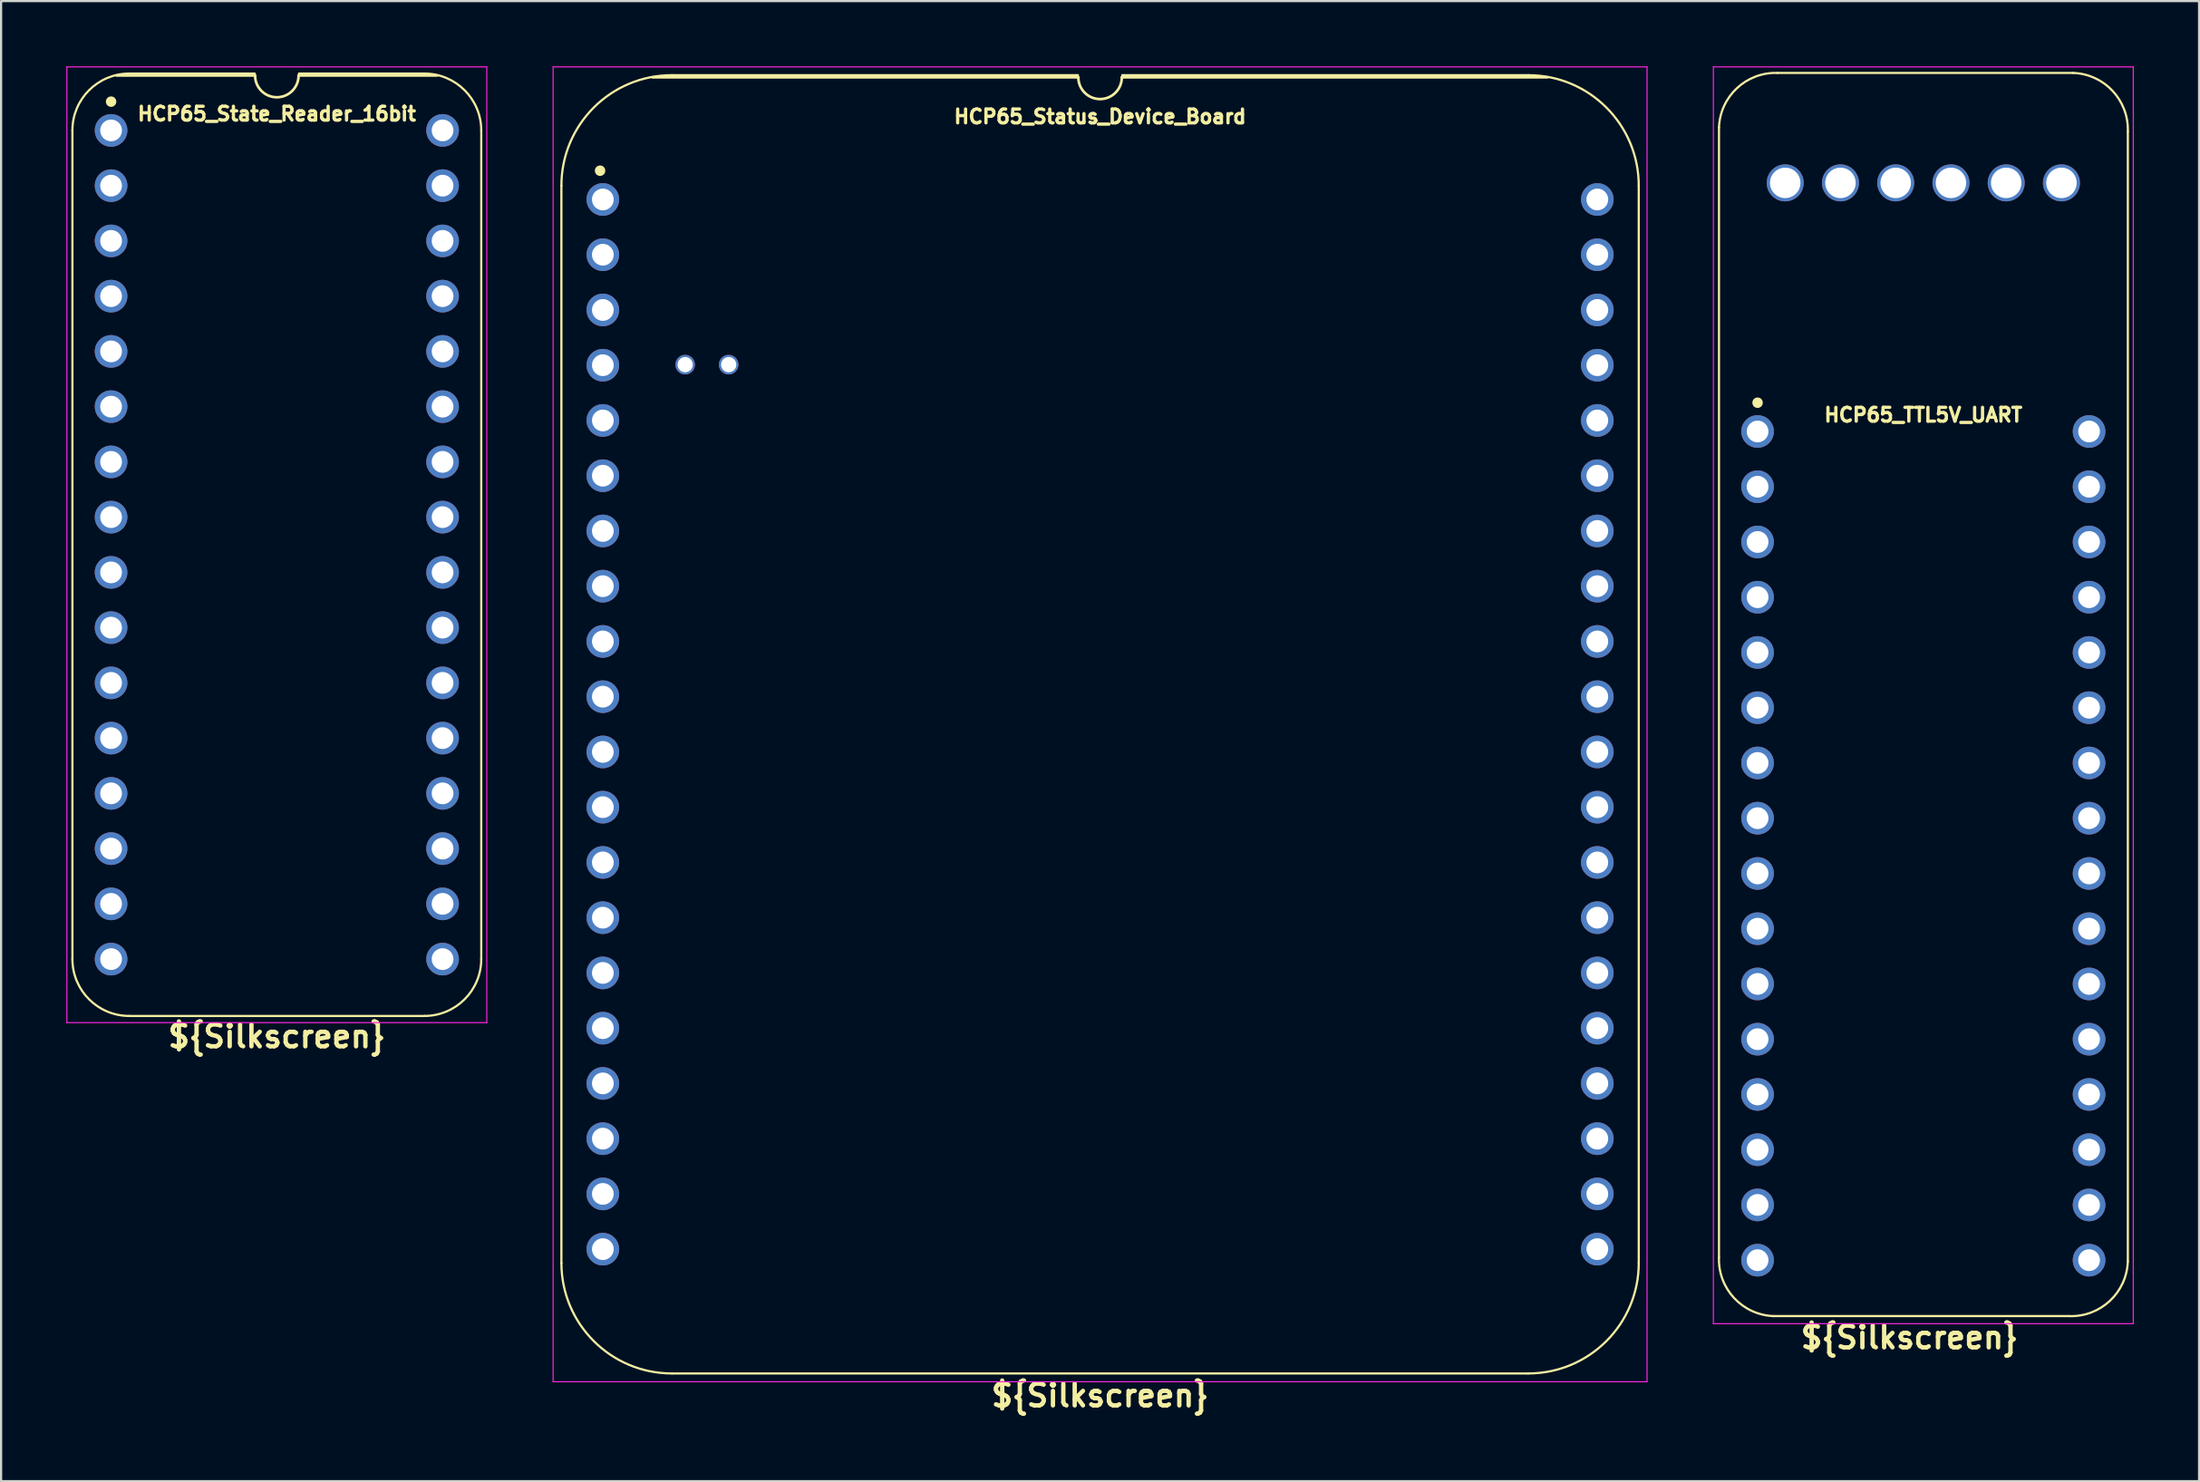
<source format=kicad_pcb>
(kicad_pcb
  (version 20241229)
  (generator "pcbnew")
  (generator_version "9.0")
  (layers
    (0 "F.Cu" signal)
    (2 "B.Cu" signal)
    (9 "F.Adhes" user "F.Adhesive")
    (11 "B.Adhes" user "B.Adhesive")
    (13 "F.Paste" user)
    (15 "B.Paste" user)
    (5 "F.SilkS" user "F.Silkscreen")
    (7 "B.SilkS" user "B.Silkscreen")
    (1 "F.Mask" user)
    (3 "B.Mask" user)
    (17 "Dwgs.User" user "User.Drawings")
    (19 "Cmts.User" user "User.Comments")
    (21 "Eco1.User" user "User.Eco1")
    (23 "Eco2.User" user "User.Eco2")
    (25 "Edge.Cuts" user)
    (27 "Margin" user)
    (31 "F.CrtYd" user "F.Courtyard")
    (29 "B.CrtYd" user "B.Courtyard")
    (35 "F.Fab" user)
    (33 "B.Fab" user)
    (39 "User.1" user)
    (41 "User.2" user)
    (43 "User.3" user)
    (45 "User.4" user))
  (footprint "HCP65_Status_Device_Board"
    (layer "F.Cu")
    (at 24.665 6.121)
    (property "Reference" "HCP65_Status_Device_Board" (at 22.86 -3.81 0) (layer "F.SilkS") (effects (font (size 0.635 0.635) (thickness 0.15))))
    (property "Silkscreen" "${Silkscreen}" (at 22.86 54.991 0) (layer "F.SilkS") (effects (font (size 1 1) (thickness 0.2))))
    (attr through_hole)
    (fp_line (start -1.905 -0.635) (end -1.905 48.895) (stroke (width 0.1) (type solid)) (layer "F.SilkS"))
    (fp_line (start 21.844 -5.715) (end 3.175 -5.715) (stroke (width 0.1) (type solid)) (layer "F.SilkS"))
    (fp_line (start 21.86 -5.616) (end 2.286 -5.616) (stroke (width 0.12) (type solid)) (layer "F.SilkS"))
    (fp_line (start 42.545 -5.715) (end 23.876 -5.715) (stroke (width 0.1) (type solid)) (layer "F.SilkS"))
    (fp_line (start 42.545 53.975) (end 3.175 53.975) (stroke (width 0.1) (type solid)) (layer "F.SilkS"))
    (fp_line (start 43.434 -5.616) (end 23.86 -5.616) (stroke (width 0.12) (type solid)) (layer "F.SilkS"))
    (fp_line (start 47.625 48.895) (end 47.625 -0.635) (stroke (width 0.1) (type solid)) (layer "F.SilkS"))
    (fp_arc (start -1.905 -0.635) (mid -0.417102 -4.227102) (end 3.175 -5.715) (stroke (width 0.1) (type solid)) (layer "F.SilkS"))
    (fp_arc (start 3.175 53.975) (mid -0.417102 52.487102) (end -1.905 48.895) (stroke (width 0.1) (type solid)) (layer "F.SilkS"))
    (fp_arc (start 23.86 -5.616) (mid 22.86 -4.616) (end 21.86 -5.616) (stroke (width 0.12) (type solid)) (layer "F.SilkS"))
    (fp_arc (start 42.545 -5.715) (mid 46.137102 -4.227102) (end 47.625 -0.635) (stroke (width 0.1) (type solid)) (layer "F.SilkS"))
    (fp_arc (start 47.625 48.895) (mid 46.137102 52.487102) (end 42.545 53.975) (stroke (width 0.1) (type solid)) (layer "F.SilkS"))
    (fp_circle (center -0.127 -1.323) (end 0.053 -1.323) (stroke (width 0.12) (type solid)) (fill yes) (layer "F.SilkS"))
    (fp_line (start -2.286 -6.096) (end -2.286 54.356) (stroke (width 0.05) (type solid)) (layer "F.CrtYd"))
    (fp_line (start -2.286 -6.096) (end 48.006 -6.096) (stroke (width 0.05) (type solid)) (layer "F.CrtYd"))
    (fp_line (start -2.286 54.356) (end 48.006 54.356) (stroke (width 0.05) (type solid)) (layer "F.CrtYd"))
    (fp_line (start 48.006 54.356) (end 48.006 -6.096) (stroke (width 0.05) (type solid)) (layer "F.CrtYd"))
    (pad "" np_thru_hole circle (at 3.785 7.595 180) (size 0.9 0.9) (drill 0.7) (layers "*.Cu" "*.Mask"))
    (pad "" np_thru_hole circle (at 5.785 7.595 180) (size 0.9 0.9) (drill 0.7) (layers "*.Cu" "*.Mask"))
    (pad "1" thru_hole circle (at 0 0) (size 1.5 1.5) (drill 1) (layers "*.Cu" "*.Mask"))
    (pad "2" thru_hole circle (at 0 2.54) (size 1.5 1.5) (drill 1) (layers "*.Cu" "*.Mask"))
    (pad "3" thru_hole circle (at 0 5.08) (size 1.5 1.5) (drill 1) (layers "*.Cu" "*.Mask"))
    (pad "4" thru_hole circle (at 0 7.62) (size 1.5 1.5) (drill 1) (layers "*.Cu" "*.Mask"))
    (pad "5" thru_hole circle (at 0 10.16) (size 1.5 1.5) (drill 1) (layers "*.Cu" "*.Mask"))
    (pad "6" thru_hole circle (at 0 12.7) (size 1.5 1.5) (drill 1) (layers "*.Cu" "*.Mask"))
    (pad "7" thru_hole circle (at 0 15.24) (size 1.5 1.5) (drill 1) (layers "*.Cu" "*.Mask"))
    (pad "8" thru_hole circle (at 0 17.78) (size 1.5 1.5) (drill 1) (layers "*.Cu" "*.Mask"))
    (pad "9" thru_hole circle (at 0 20.32) (size 1.5 1.5) (drill 1) (layers "*.Cu" "*.Mask"))
    (pad "10" thru_hole circle (at 0 22.86) (size 1.5 1.5) (drill 1) (layers "*.Cu" "*.Mask"))
    (pad "11" thru_hole circle (at 0 25.4) (size 1.5 1.5) (drill 1) (layers "*.Cu" "*.Mask"))
    (pad "12" thru_hole circle (at 0 27.94) (size 1.5 1.5) (drill 1) (layers "*.Cu" "*.Mask"))
    (pad "13" thru_hole circle (at 0 30.48) (size 1.5 1.5) (drill 1) (layers "*.Cu" "*.Mask"))
    (pad "14" thru_hole circle (at 0 33.02) (size 1.5 1.5) (drill 1) (layers "*.Cu" "*.Mask"))
    (pad "15" thru_hole circle (at 0 35.56) (size 1.5 1.5) (drill 1) (layers "*.Cu" "*.Mask"))
    (pad "16" thru_hole circle (at 0 38.1) (size 1.5 1.5) (drill 1) (layers "*.Cu" "*.Mask"))
    (pad "17" thru_hole circle (at 0 40.64) (size 1.5 1.5) (drill 1) (layers "*.Cu" "*.Mask"))
    (pad "18" thru_hole circle (at 0 43.18) (size 1.5 1.5) (drill 1) (layers "*.Cu" "*.Mask"))
    (pad "19" thru_hole circle (at 0 45.72) (size 1.5 1.5) (drill 1) (layers "*.Cu" "*.Mask"))
    (pad "20" thru_hole circle (at 0 48.26) (size 1.5 1.5) (drill 1) (layers "*.Cu" "*.Mask"))
    (pad "21" thru_hole circle (at 45.72 48.26) (size 1.5 1.5) (drill 1) (layers "*.Cu" "*.Mask"))
    (pad "22" thru_hole circle (at 45.72 45.72) (size 1.5 1.5) (drill 1) (layers "*.Cu" "*.Mask"))
    (pad "23" thru_hole circle (at 45.72 43.18) (size 1.5 1.5) (drill 1) (layers "*.Cu" "*.Mask"))
    (pad "24" thru_hole circle (at 45.72 40.64) (size 1.5 1.5) (drill 1) (layers "*.Cu" "*.Mask"))
    (pad "25" thru_hole circle (at 45.72 38.1) (size 1.5 1.5) (drill 1) (layers "*.Cu" "*.Mask"))
    (pad "26" thru_hole circle (at 45.72 35.56) (size 1.5 1.5) (drill 1) (layers "*.Cu" "*.Mask"))
    (pad "27" thru_hole circle (at 45.72 33.02) (size 1.5 1.5) (drill 1) (layers "*.Cu" "*.Mask"))
    (pad "28" thru_hole circle (at 45.72 30.48) (size 1.5 1.5) (drill 1) (layers "*.Cu" "*.Mask"))
    (pad "29" thru_hole circle (at 45.72 27.94) (size 1.5 1.5) (drill 1) (layers "*.Cu" "*.Mask"))
    (pad "30" thru_hole circle (at 45.72 25.4) (size 1.5 1.5) (drill 1) (layers "*.Cu" "*.Mask"))
    (pad "31" thru_hole circle (at 45.72 22.86) (size 1.5 1.5) (drill 1) (layers "*.Cu" "*.Mask"))
    (pad "32" thru_hole circle (at 45.72 20.32) (size 1.5 1.5) (drill 1) (layers "*.Cu" "*.Mask"))
    (pad "33" thru_hole circle (at 45.72 17.78) (size 1.5 1.5) (drill 1) (layers "*.Cu" "*.Mask"))
    (pad "34" thru_hole circle (at 45.72 15.24) (size 1.5 1.5) (drill 1) (layers "*.Cu" "*.Mask"))
    (pad "35" thru_hole circle (at 45.72 12.7) (size 1.5 1.5) (drill 1) (layers "*.Cu" "*.Mask"))
    (pad "36" thru_hole circle (at 45.72 10.16) (size 1.5 1.5) (drill 1) (layers "*.Cu" "*.Mask"))
    (pad "37" thru_hole circle (at 45.72 7.62) (size 1.5 1.5) (drill 1) (layers "*.Cu" "*.Mask"))
    (pad "38" thru_hole circle (at 45.72 5.08) (size 1.5 1.5) (drill 1) (layers "*.Cu" "*.Mask"))
    (pad "39" thru_hole circle (at 45.72 2.54) (size 1.5 1.5) (drill 1) (layers "*.Cu" "*.Mask"))
    (pad "40" thru_hole circle (at 45.72 0) (size 1.5 1.5) (drill 1) (layers "*.Cu" "*.Mask")))
  (footprint "HCP65_TTL5V_UART"
    (layer "F.Cu")
    (at 77.753 16.788)
    (property "Reference" "HCP65_TTL5V_UART" (at 7.62 -0.762 0) (layer "F.SilkS") (effects (font (size 0.635 0.635) (thickness 0.15))))
    (property "Silkscreen" "${Silkscreen}" (at 6.985 41.656 0) (layer "F.SilkS") (effects (font (size 1 1) (thickness 0.2))))
    (attr through_hole)
    (fp_line (start -1.774 -13.97) (end -1.774 37.977) (stroke (width 0.1) (type default)) (layer "F.SilkS"))
    (fp_line (start 0.74 40.671) (end 14.327 40.671) (stroke (width 0.1) (type default)) (layer "F.SilkS"))
    (fp_line (start 14.507 -16.484) (end 0.92 -16.484) (stroke (width 0.1) (type default)) (layer "F.SilkS"))
    (fp_line (start 17.022 -13.79) (end 17.022 38.157) (stroke (width 0.1) (type default)) (layer "F.SilkS"))
    (fp_arc (start -1.774456 -13.97) (mid -0.948175 -15.785191) (end 0.919622 -16.484471) (stroke (width 0.1) (type default)) (layer "F.SilkS"))
    (fp_arc (start 0.740016 40.671284) (mid -1.075193 39.845021) (end -1.774455 37.977207) (stroke (width 0.1) (type default)) (layer "F.SilkS"))
    (fp_arc (start 14.507073 -16.484471) (mid 16.322287 -15.658213) (end 17.021544 -13.790394) (stroke (width 0.1) (type default)) (layer "F.SilkS"))
    (fp_arc (start 17.021545 38.156813) (mid 16.195259 39.971998) (end 14.327467 40.671284) (stroke (width 0.1) (type default)) (layer "F.SilkS"))
    (fp_circle (center 0 -1.323) (end 0.18 -1.323) (stroke (width 0.12) (type solid)) (fill yes) (layer "F.SilkS"))
    (fp_line (start -2.032 -16.763) (end -2.032 41.021) (stroke (width 0.05) (type solid)) (layer "F.CrtYd"))
    (fp_line (start -2.032 -16.763) (end 17.272 -16.763) (stroke (width 0.05) (type solid)) (layer "F.CrtYd"))
    (fp_line (start -2.032 41.021) (end 17.272 41.021) (stroke (width 0.05) (type solid)) (layer "F.CrtYd"))
    (fp_line (start 17.272 -16.763) (end 17.272 41.021) (stroke (width 0.05) (type solid)) (layer "F.CrtYd"))
    (pad "" np_thru_hole circle (at 1.27 -11.43) (size 1.7 1.7) (drill 1.4) (layers "*.Cu" "*.Mask"))
    (pad "" np_thru_hole circle (at 3.81 -11.43) (size 1.7 1.7) (drill 1.4) (layers "*.Cu" "*.Mask"))
    (pad "" np_thru_hole circle (at 6.35 -11.43) (size 1.7 1.7) (drill 1.4) (layers "*.Cu" "*.Mask"))
    (pad "" np_thru_hole circle (at 8.89 -11.43) (size 1.7 1.7) (drill 1.4) (layers "*.Cu" "*.Mask"))
    (pad "" np_thru_hole circle (at 11.43 -11.43) (size 1.7 1.7) (drill 1.4) (layers "*.Cu" "*.Mask"))
    (pad "" np_thru_hole circle (at 13.97 -11.43) (size 1.7 1.7) (drill 1.4) (layers "*.Cu" "*.Mask"))
    (pad "1" thru_hole circle (at 0 0) (size 1.5 1.5) (drill 1) (layers "*.Cu" "*.Mask"))
    (pad "2" thru_hole circle (at 0 2.54) (size 1.5 1.5) (drill 1) (layers "*.Cu" "*.Mask"))
    (pad "3" thru_hole circle (at 0 5.08) (size 1.5 1.5) (drill 1) (layers "*.Cu" "*.Mask"))
    (pad "4" thru_hole circle (at 0 7.62) (size 1.5 1.5) (drill 1) (layers "*.Cu" "*.Mask"))
    (pad "5" thru_hole circle (at 0 10.16) (size 1.5 1.5) (drill 1) (layers "*.Cu" "*.Mask"))
    (pad "6" thru_hole circle (at 0 12.7) (size 1.5 1.5) (drill 1) (layers "*.Cu" "*.Mask"))
    (pad "7" thru_hole circle (at 0 15.24) (size 1.5 1.5) (drill 1) (layers "*.Cu" "*.Mask"))
    (pad "8" thru_hole circle (at 0 17.78) (size 1.5 1.5) (drill 1) (layers "*.Cu" "*.Mask"))
    (pad "9" thru_hole circle (at 0 20.32) (size 1.5 1.5) (drill 1) (layers "*.Cu" "*.Mask"))
    (pad "10" thru_hole circle (at 0 22.86) (size 1.5 1.5) (drill 1) (layers "*.Cu" "*.Mask"))
    (pad "11" thru_hole circle (at 0 25.4) (size 1.5 1.5) (drill 1) (layers "*.Cu" "*.Mask"))
    (pad "12" thru_hole circle (at 0 27.94) (size 1.5 1.5) (drill 1) (layers "*.Cu" "*.Mask"))
    (pad "13" thru_hole circle (at 0 30.48) (size 1.5 1.5) (drill 1) (layers "*.Cu" "*.Mask"))
    (pad "14" thru_hole circle (at 0 33.02) (size 1.5 1.5) (drill 1) (layers "*.Cu" "*.Mask"))
    (pad "15" thru_hole circle (at 0 35.56) (size 1.5 1.5) (drill 1) (layers "*.Cu" "*.Mask"))
    (pad "16" thru_hole circle (at 0 38.1) (size 1.5 1.5) (drill 1) (layers "*.Cu" "*.Mask"))
    (pad "17" thru_hole circle (at 15.24 38.1) (size 1.5 1.5) (drill 1) (layers "*.Cu" "*.Mask"))
    (pad "18" thru_hole circle (at 15.24 35.56) (size 1.5 1.5) (drill 1) (layers "*.Cu" "*.Mask"))
    (pad "19" thru_hole circle (at 15.24 33.02) (size 1.5 1.5) (drill 1) (layers "*.Cu" "*.Mask"))
    (pad "20" thru_hole circle (at 15.24 30.48) (size 1.5 1.5) (drill 1) (layers "*.Cu" "*.Mask"))
    (pad "21" thru_hole circle (at 15.24 27.94) (size 1.5 1.5) (drill 1) (layers "*.Cu" "*.Mask"))
    (pad "22" thru_hole circle (at 15.24 25.4) (size 1.5 1.5) (drill 1) (layers "*.Cu" "*.Mask"))
    (pad "23" thru_hole circle (at 15.24 22.86) (size 1.5 1.5) (drill 1) (layers "*.Cu" "*.Mask"))
    (pad "24" thru_hole circle (at 15.24 20.32) (size 1.5 1.5) (drill 1) (layers "*.Cu" "*.Mask"))
    (pad "25" thru_hole circle (at 15.24 17.78) (size 1.5 1.5) (drill 1) (layers "*.Cu" "*.Mask"))
    (pad "26" thru_hole circle (at 15.24 15.24) (size 1.5 1.5) (drill 1) (layers "*.Cu" "*.Mask"))
    (pad "27" thru_hole circle (at 15.24 12.7) (size 1.5 1.5) (drill 1) (layers "*.Cu" "*.Mask"))
    (pad "28" thru_hole circle (at 15.24 10.16) (size 1.5 1.5) (drill 1) (layers "*.Cu" "*.Mask"))
    (pad "29" thru_hole circle (at 15.24 7.62) (size 1.5 1.5) (drill 1) (layers "*.Cu" "*.Mask"))
    (pad "30" thru_hole circle (at 15.24 5.08) (size 1.5 1.5) (drill 1) (layers "*.Cu" "*.Mask"))
    (pad "31" thru_hole circle (at 15.24 2.54) (size 1.5 1.5) (drill 1) (layers "*.Cu" "*.Mask"))
    (pad "32" thru_hole circle (at 15.24 0) (size 1.5 1.5) (drill 1) (layers "*.Cu" "*.Mask")))
  (footprint "HCP65_State_Reader_16bit"
    (layer "F.Cu")
    (at 2.057 2.946)
    (property "Reference" "HCP65_State_Reader_16bit" (at 7.62 -0.762 0) (layer "F.SilkS") (effects (font (size 0.635 0.635) (thickness 0.15))))
    (property "Silkscreen" "${Silkscreen}" (at 7.62 41.656 0) (layer "F.SilkS") (effects (font (size 1 1) (thickness 0.2))))
    (attr through_hole)
    (fp_line (start -1.778 38.1) (end -1.778 0) (stroke (width 0.1) (type solid)) (layer "F.SilkS"))
    (fp_line (start 0.836 -2.614) (end 6.604 -2.614) (stroke (width 0.1) (type solid)) (layer "F.SilkS"))
    (fp_line (start 6.62 -2.524) (end 0.254 -2.524) (stroke (width 0.12) (type solid)) (layer "F.SilkS"))
    (fp_line (start 8.636 -2.614) (end 14.404 -2.614) (stroke (width 0.1) (type solid)) (layer "F.SilkS"))
    (fp_line (start 14.404 40.714) (end 0.836 40.714) (stroke (width 0.1) (type solid)) (layer "F.SilkS"))
    (fp_line (start 14.986 -2.524) (end 8.62 -2.524) (stroke (width 0.12) (type solid)) (layer "F.SilkS"))
    (fp_line (start 17.018 38.1) (end 17.018 -0.000001) (stroke (width 0.1) (type solid)) (layer "F.SilkS"))
    (fp_arc (start -1.778 0) (mid -1.012456 -1.848188) (end 0.835732 -2.613732) (stroke (width 0.1) (type solid)) (layer "F.SilkS"))
    (fp_arc (start 0.835733 40.713733) (mid -1.012456 39.948189) (end -1.778 38.1) (stroke (width 0.1) (type solid)) (layer "F.SilkS"))
    (fp_arc (start 8.62 -2.524) (mid 7.62 -1.524) (end 6.62 -2.524) (stroke (width 0.12) (type solid)) (layer "F.SilkS"))
    (fp_arc (start 14.404267 -2.613733) (mid 16.252455 -1.848189) (end 17.017999 -0.000001) (stroke (width 0.1) (type solid)) (layer "F.SilkS"))
    (fp_arc (start 17.018 38.1) (mid 16.252455 39.948187) (end 14.404268 40.713732) (stroke (width 0.1) (type solid)) (layer "F.SilkS"))
    (fp_circle (center 0 -1.323) (end 0.18 -1.323) (stroke (width 0.12) (type solid)) (fill yes) (layer "F.SilkS"))
    (fp_line (start -2.032 -2.921) (end -2.032 41.021) (stroke (width 0.05) (type solid)) (layer "F.CrtYd"))
    (fp_line (start -2.032 -2.921) (end 17.272 -2.921) (stroke (width 0.05) (type solid)) (layer "F.CrtYd"))
    (fp_line (start -2.032 41.021) (end 17.272 41.021) (stroke (width 0.05) (type solid)) (layer "F.CrtYd"))
    (fp_line (start 17.272 -2.921) (end 17.272 41.021) (stroke (width 0.05) (type solid)) (layer "F.CrtYd"))
    (pad "1" thru_hole circle (at 0 0) (size 1.5 1.5) (drill 1) (layers "*.Cu" "*.Mask"))
    (pad "2" thru_hole circle (at 0 2.54) (size 1.5 1.5) (drill 1) (layers "*.Cu" "*.Mask"))
    (pad "3" thru_hole circle (at 0 5.08) (size 1.5 1.5) (drill 1) (layers "*.Cu" "*.Mask"))
    (pad "4" thru_hole circle (at 0 7.62) (size 1.5 1.5) (drill 1) (layers "*.Cu" "*.Mask"))
    (pad "5" thru_hole circle (at 0 10.16) (size 1.5 1.5) (drill 1) (layers "*.Cu" "*.Mask"))
    (pad "6" thru_hole circle (at 0 12.7) (size 1.5 1.5) (drill 1) (layers "*.Cu" "*.Mask"))
    (pad "7" thru_hole circle (at 0 15.24) (size 1.5 1.5) (drill 1) (layers "*.Cu" "*.Mask"))
    (pad "8" thru_hole circle (at 0 17.78) (size 1.5 1.5) (drill 1) (layers "*.Cu" "*.Mask"))
    (pad "9" thru_hole circle (at 0 20.32) (size 1.5 1.5) (drill 1) (layers "*.Cu" "*.Mask"))
    (pad "10" thru_hole circle (at 0 22.86) (size 1.5 1.5) (drill 1) (layers "*.Cu" "*.Mask"))
    (pad "11" thru_hole circle (at 0 25.4) (size 1.5 1.5) (drill 1) (layers "*.Cu" "*.Mask"))
    (pad "12" thru_hole circle (at 0 27.94) (size 1.5 1.5) (drill 1) (layers "*.Cu" "*.Mask"))
    (pad "13" thru_hole circle (at 0 30.48) (size 1.5 1.5) (drill 1) (layers "*.Cu" "*.Mask"))
    (pad "14" thru_hole circle (at 0 33.02) (size 1.5 1.5) (drill 1) (layers "*.Cu" "*.Mask"))
    (pad "15" thru_hole circle (at 0 35.56) (size 1.5 1.5) (drill 1) (layers "*.Cu" "*.Mask"))
    (pad "16" thru_hole circle (at 0 38.1) (size 1.5 1.5) (drill 1) (layers "*.Cu" "*.Mask"))
    (pad "17" thru_hole circle (at 15.24 38.1) (size 1.5 1.5) (drill 1) (layers "*.Cu" "*.Mask"))
    (pad "18" thru_hole circle (at 15.24 35.56) (size 1.5 1.5) (drill 1) (layers "*.Cu" "*.Mask"))
    (pad "19" thru_hole circle (at 15.24 33.02) (size 1.5 1.5) (drill 1) (layers "*.Cu" "*.Mask"))
    (pad "20" thru_hole circle (at 15.24 30.48) (size 1.5 1.5) (drill 1) (layers "*.Cu" "*.Mask"))
    (pad "21" thru_hole circle (at 15.24 27.94) (size 1.5 1.5) (drill 1) (layers "*.Cu" "*.Mask"))
    (pad "22" thru_hole circle (at 15.24 25.4) (size 1.5 1.5) (drill 1) (layers "*.Cu" "*.Mask"))
    (pad "23" thru_hole circle (at 15.24 22.86) (size 1.5 1.5) (drill 1) (layers "*.Cu" "*.Mask"))
    (pad "24" thru_hole circle (at 15.24 20.32) (size 1.5 1.5) (drill 1) (layers "*.Cu" "*.Mask"))
    (pad "25" thru_hole circle (at 15.24 17.78) (size 1.5 1.5) (drill 1) (layers "*.Cu" "*.Mask"))
    (pad "26" thru_hole circle (at 15.24 15.24) (size 1.5 1.5) (drill 1) (layers "*.Cu" "*.Mask"))
    (pad "27" thru_hole circle (at 15.24 12.7) (size 1.5 1.5) (drill 1) (layers "*.Cu" "*.Mask"))
    (pad "28" thru_hole circle (at 15.24 10.16) (size 1.5 1.5) (drill 1) (layers "*.Cu" "*.Mask"))
    (pad "29" thru_hole circle (at 15.24 7.62) (size 1.5 1.5) (drill 1) (layers "*.Cu" "*.Mask"))
    (pad "30" thru_hole circle (at 15.24 5.08) (size 1.5 1.5) (drill 1) (layers "*.Cu" "*.Mask"))
    (pad "31" thru_hole circle (at 15.24 2.54) (size 1.5 1.5) (drill 1) (layers "*.Cu" "*.Mask"))
    (pad "32" thru_hole circle (at 15.24 0) (size 1.5 1.5) (drill 1) (layers "*.Cu" "*.Mask")))
  (gr_rect
    (start -3 -3)
    (end 98.05 65.048)
    (stroke (width 0.1) (type default))
    (fill no)
    (layer "Edge.Cuts")))
</source>
